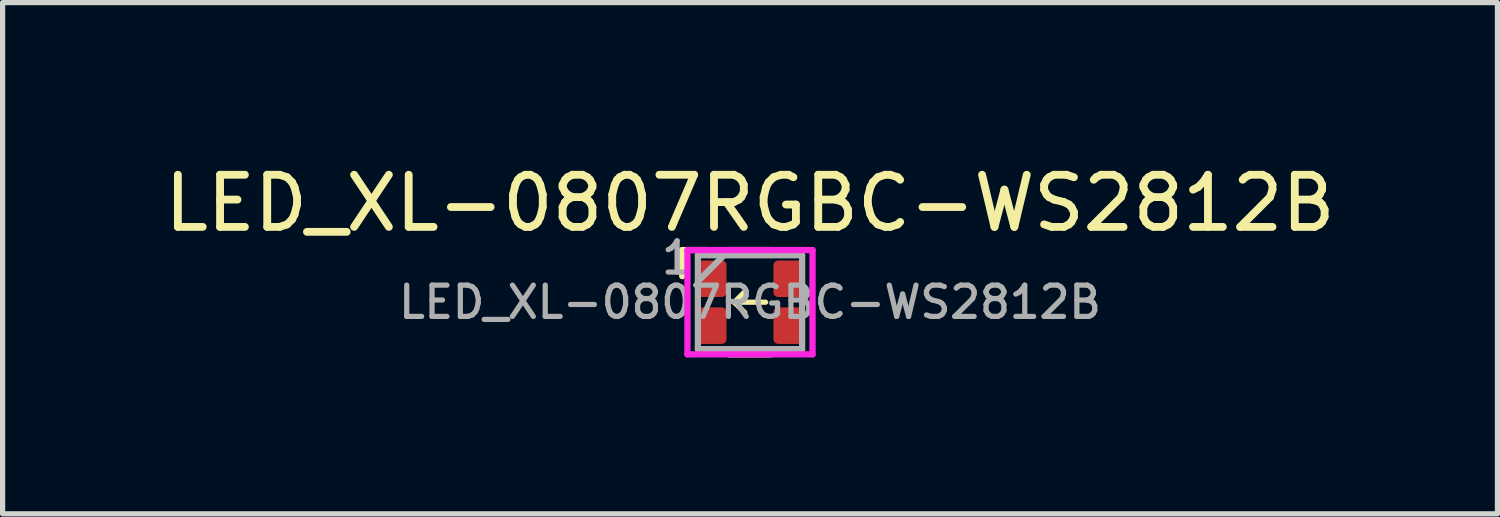
<source format=kicad_pcb>
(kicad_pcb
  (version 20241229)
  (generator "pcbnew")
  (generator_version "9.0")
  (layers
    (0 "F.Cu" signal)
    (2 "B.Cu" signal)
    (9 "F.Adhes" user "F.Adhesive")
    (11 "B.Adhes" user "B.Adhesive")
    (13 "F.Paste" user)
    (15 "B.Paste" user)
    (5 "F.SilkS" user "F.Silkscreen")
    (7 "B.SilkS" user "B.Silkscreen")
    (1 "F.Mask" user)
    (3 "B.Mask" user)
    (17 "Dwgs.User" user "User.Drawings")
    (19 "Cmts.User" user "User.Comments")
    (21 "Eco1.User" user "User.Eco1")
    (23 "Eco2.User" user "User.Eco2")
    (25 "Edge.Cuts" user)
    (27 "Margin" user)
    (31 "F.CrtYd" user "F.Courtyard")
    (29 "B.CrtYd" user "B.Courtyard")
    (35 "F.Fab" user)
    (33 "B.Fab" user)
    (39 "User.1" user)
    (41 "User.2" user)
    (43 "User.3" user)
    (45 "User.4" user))
  (footprint "LED_XL-0807RGBC-WS2812B"
    (layer "F.Cu")
    (at 11.339 2.748)
    (property "Reference" "LED_XL-0807RGBC-WS2812B" (at 0 -1.9 0) (layer "F.SilkS") (effects (font (size 1 1) (thickness 0.15))))
    (attr smd)
    (fp_line (start -1.3 -1) (end -0.8 -1) (stroke (width 0.12) (type solid)) (layer "F.SilkS"))
    (fp_line (start -1.3 -0.5) (end -1.3 -1) (stroke (width 0.12) (type solid)) (layer "F.SilkS"))
    (fp_line (start -0.4 -1) (end 0.4 -1) (stroke (width 0.12) (type solid)) (layer "F.SilkS"))
    (fp_line (start -0.3 0) (end -0.1 -0.2) (stroke (width 0.1) (type default)) (layer "F.SilkS"))
    (fp_line (start -0.3 0) (end -0.1 0.2) (stroke (width 0.1) (type default)) (layer "F.SilkS"))
    (fp_line (start 0.3 0) (end -0.3 0) (stroke (width 0.1) (type default)) (layer "F.SilkS"))
    (fp_line (start 0.4 1) (end -0.4 1) (stroke (width 0.12) (type solid)) (layer "F.SilkS"))
    (fp_line (start -1.2 -1) (end 1.2 -1) (stroke (width 0.12) (type solid)) (layer "F.CrtYd"))
    (fp_line (start -1.2 1) (end -1.2 -1) (stroke (width 0.12) (type solid)) (layer "F.CrtYd"))
    (fp_line (start 1.2 -1) (end 1.2 1) (stroke (width 0.12) (type solid)) (layer "F.CrtYd"))
    (fp_line (start 1.2 1) (end -1.2 1) (stroke (width 0.12) (type solid)) (layer "F.CrtYd"))
    (fp_line (start -1 -0.9) (end 1 -0.9) (stroke (width 0.12) (type solid)) (layer "F.Fab"))
    (fp_line (start -1 -0.4) (end -0.5 -0.9) (stroke (width 0.12) (type default)) (layer "F.Fab"))
    (fp_line (start -1 0.9) (end -1 -0.9) (stroke (width 0.12) (type solid)) (layer "F.Fab"))
    (fp_line (start 1 -0.9) (end 1 0.9) (stroke (width 0.12) (type solid)) (layer "F.Fab"))
    (fp_line (start 1 0.9) (end -1 0.9) (stroke (width 0.12) (type solid)) (layer "F.Fab"))
    (fp_text user "1" (at -1.75 -0.5 0) (unlocked yes) (layer "F.Fab") (effects (font (size 0.6 0.6) (thickness 0.1) (bold yes)) (justify left bottom)))
    (fp_text user "${REFERENCE}" (at 0 0 0) (layer "F.Fab") (effects (font (size 0.6 0.6) (thickness 0.1) (bold yes))))
    (pad "1" smd roundrect (at -0.75 -0.45) (size 0.6 0.7) (layers "F.Cu" "F.Mask" "F.Paste") (roundrect_rratio 0.15))
    (pad "2" smd roundrect (at -0.75 0.45) (size 0.6 0.7) (layers "F.Cu" "F.Mask" "F.Paste") (roundrect_rratio 0.15))
    (pad "3" smd roundrect (at 0.75 0.45) (size 0.6 0.7) (layers "F.Cu" "F.Mask" "F.Paste") (roundrect_rratio 0.15))
    (pad "4" smd roundrect (at 0.75 -0.45) (size 0.6 0.7) (layers "F.Cu" "F.Mask" "F.Paste") (roundrect_rratio 0.15)))
  (gr_rect
    (start -3 -3)
    (end 25.679 6.808)
    (stroke (width 0.1) (type default))
    (fill no)
    (layer "Edge.Cuts")))
</source>
